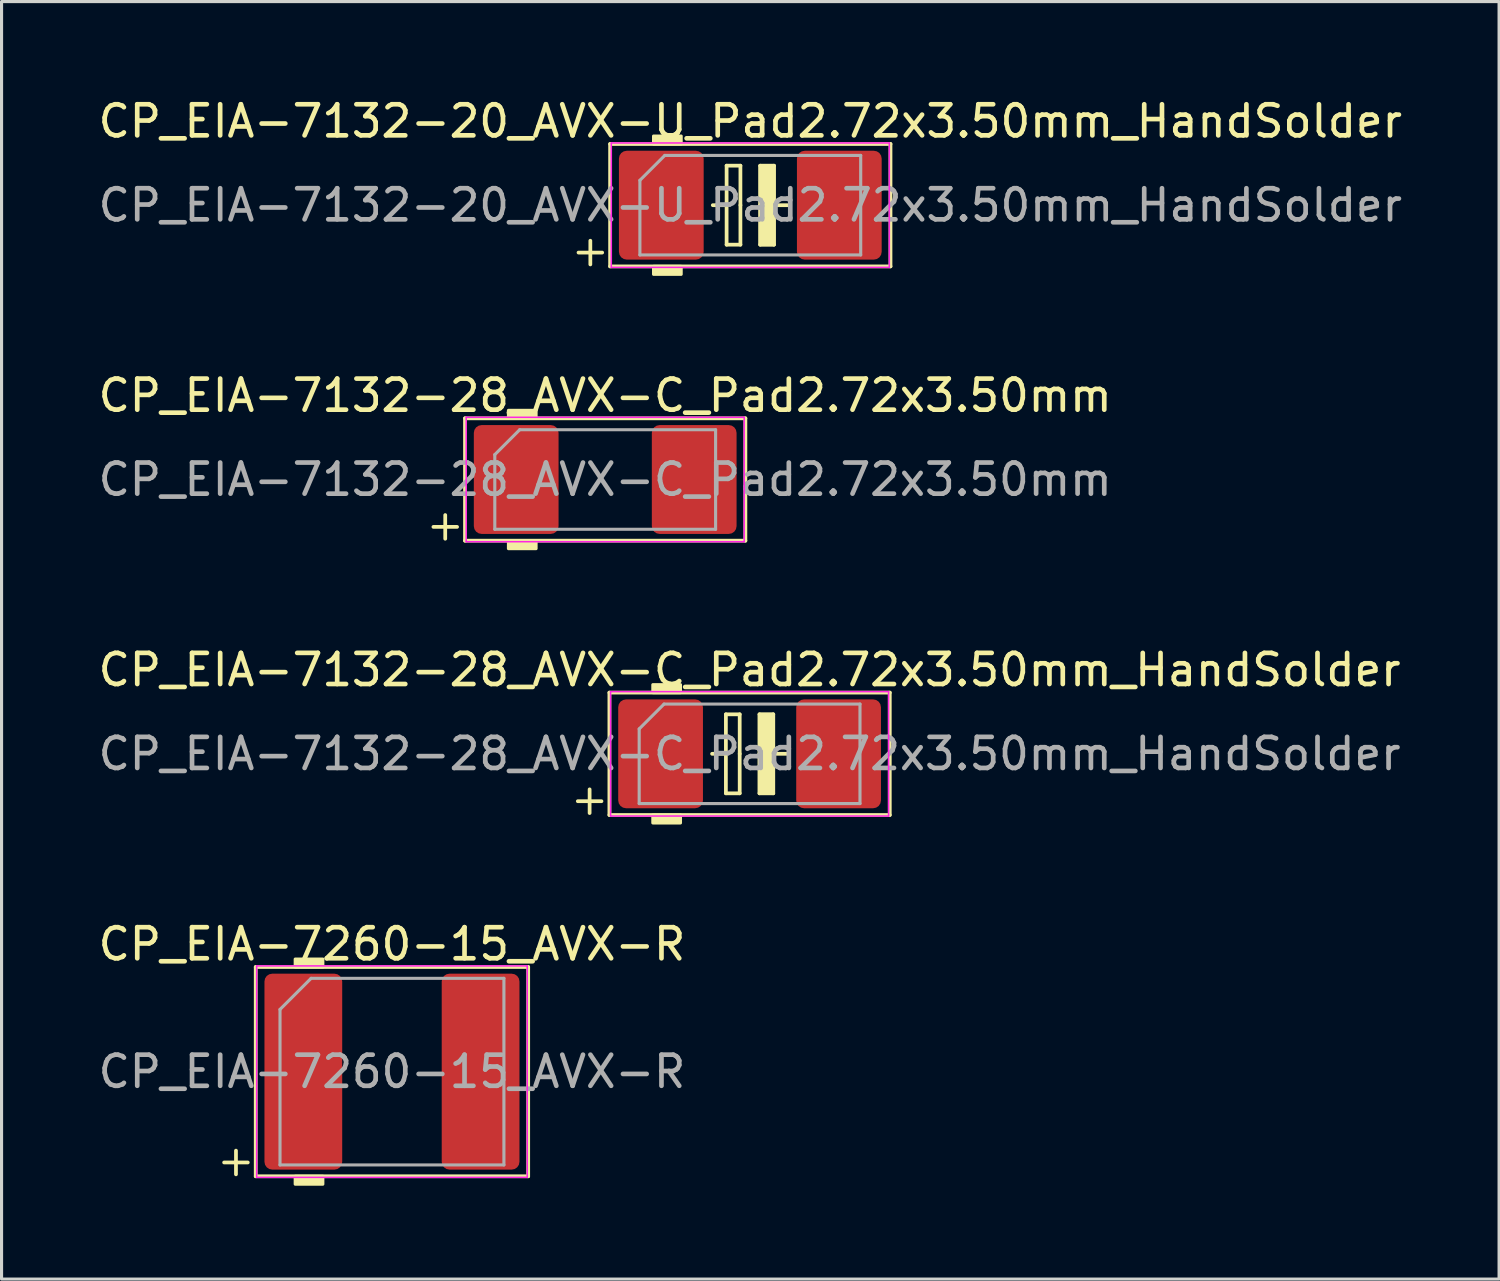
<source format=kicad_pcb>
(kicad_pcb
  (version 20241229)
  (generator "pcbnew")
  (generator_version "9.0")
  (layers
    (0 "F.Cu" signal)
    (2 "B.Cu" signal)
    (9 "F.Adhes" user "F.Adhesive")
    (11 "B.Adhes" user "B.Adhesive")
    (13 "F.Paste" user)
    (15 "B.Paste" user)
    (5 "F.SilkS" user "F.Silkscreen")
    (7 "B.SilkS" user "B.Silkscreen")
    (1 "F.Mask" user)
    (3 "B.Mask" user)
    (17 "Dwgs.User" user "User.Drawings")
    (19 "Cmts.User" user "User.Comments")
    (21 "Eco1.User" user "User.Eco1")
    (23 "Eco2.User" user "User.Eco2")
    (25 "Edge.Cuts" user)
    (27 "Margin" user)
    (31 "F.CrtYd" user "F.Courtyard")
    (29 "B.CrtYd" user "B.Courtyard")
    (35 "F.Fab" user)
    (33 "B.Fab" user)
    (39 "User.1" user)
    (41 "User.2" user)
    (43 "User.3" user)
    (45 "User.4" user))
  (footprint "CP_EIA-7132-28_AVX-C_Pad2.72x3.50mm"
    (layer "F.Cu")
    (at 16.411 12.369)
    (property "Reference" "CP_EIA-7132-28_AVX-C_Pad2.72x3.50mm" (at 0 -2.7 0) (layer "F.SilkS") (effects (font (size 1 1) (thickness 0.15))))
    (attr smd)
    (fp_line (start -5.524 1.524) (end -4.763 1.524) (stroke (width 0.12) (type solid)) (layer "F.SilkS"))
    (fp_line (start -5.144 1.143) (end -5.144 1.905) (stroke (width 0.12) (type solid)) (layer "F.SilkS"))
    (fp_line (start -4.508 -1.968) (end 4.508 -1.968) (stroke (width 0.12) (type solid)) (layer "F.SilkS"))
    (fp_line (start -4.508 1.968) (end -4.508 -1.968) (stroke (width 0.12) (type solid)) (layer "F.SilkS"))
    (fp_line (start 4.508 -1.968) (end 4.508 1.968) (stroke (width 0.12) (type solid)) (layer "F.SilkS"))
    (fp_line (start 4.508 1.968) (end -4.508 1.968) (stroke (width 0.12) (type solid)) (layer "F.SilkS"))
    (fp_poly (pts (xy -2.223 -1.968) (xy -3.111 -1.968) (xy -3.111 -2.223) (xy -2.223 -2.223)) (stroke (width 0.1) (type solid)) (fill yes) (layer "F.SilkS"))
    (fp_poly (pts (xy -2.223 2.223) (xy -3.111 2.223) (xy -3.111 1.968) (xy -2.223 1.968)) (stroke (width 0.1) (type solid)) (fill yes) (layer "F.SilkS"))
    (fp_line (start -4.47 -2) (end 4.47 -2) (stroke (width 0.05) (type solid)) (layer "F.CrtYd"))
    (fp_line (start -4.47 2) (end -4.47 -2) (stroke (width 0.05) (type solid)) (layer "F.CrtYd"))
    (fp_line (start 4.47 -2) (end 4.47 2) (stroke (width 0.05) (type solid)) (layer "F.CrtYd"))
    (fp_line (start 4.47 2) (end -4.47 2) (stroke (width 0.05) (type solid)) (layer "F.CrtYd"))
    (fp_line (start -3.55 -0.8) (end -3.55 1.6) (stroke (width 0.1) (type solid)) (layer "F.Fab"))
    (fp_line (start -3.55 1.6) (end 3.55 1.6) (stroke (width 0.1) (type solid)) (layer "F.Fab"))
    (fp_line (start -2.75 -1.6) (end -3.55 -0.8) (stroke (width 0.1) (type solid)) (layer "F.Fab"))
    (fp_line (start 3.55 -1.6) (end -2.75 -1.6) (stroke (width 0.1) (type solid)) (layer "F.Fab"))
    (fp_line (start 3.55 1.6) (end 3.55 -1.6) (stroke (width 0.1) (type solid)) (layer "F.Fab"))
    (fp_text user "${REFERENCE}" (at 0 0 0) (layer "F.Fab") (effects (font (size 1 1) (thickness 0.15))))
    (pad "1" smd roundrect (at -2.862 0) (size 2.725 3.5) (layers "F.Cu" "F.Mask" "F.Paste") (roundrect_rratio 0.092))
    (pad "2" smd roundrect (at 2.862 0) (size 2.725 3.5) (layers "F.Cu" "F.Mask" "F.Paste") (roundrect_rratio 0.092)))
  (footprint "CP_EIA-7260-15_AVX-R"
    (layer "F.Cu")
    (at 9.554 31.41)
    (property "Reference" "CP_EIA-7260-15_AVX-R" (at 0 -4.1 0) (layer "F.SilkS") (effects (font (size 1 1) (thickness 0.15))))
    (attr smd)
    (fp_line (start -5.397 2.921) (end -4.636 2.921) (stroke (width 0.12) (type solid)) (layer "F.SilkS"))
    (fp_line (start -5.016 2.54) (end -5.016 3.302) (stroke (width 0.12) (type solid)) (layer "F.SilkS"))
    (fp_line (start -4.381 -3.365) (end 4.381 -3.365) (stroke (width 0.12) (type solid)) (layer "F.SilkS"))
    (fp_line (start -4.381 3.365) (end -4.381 -3.365) (stroke (width 0.12) (type solid)) (layer "F.SilkS"))
    (fp_line (start 4.381 -3.365) (end 4.381 3.365) (stroke (width 0.12) (type solid)) (layer "F.SilkS"))
    (fp_line (start 4.381 3.365) (end -4.381 3.365) (stroke (width 0.12) (type solid)) (layer "F.SilkS"))
    (fp_poly (pts (xy -2.223 -3.365) (xy -3.111 -3.365) (xy -3.111 -3.619) (xy -2.223 -3.619)) (stroke (width 0.1) (type solid)) (fill yes) (layer "F.SilkS"))
    (fp_poly (pts (xy -2.223 3.619) (xy -3.111 3.619) (xy -3.111 3.365) (xy -2.223 3.365)) (stroke (width 0.1) (type solid)) (fill yes) (layer "F.SilkS"))
    (fp_line (start -4.35 -3.4) (end 4.35 -3.4) (stroke (width 0.05) (type solid)) (layer "F.CrtYd"))
    (fp_line (start -4.35 3.4) (end -4.35 -3.4) (stroke (width 0.05) (type solid)) (layer "F.CrtYd"))
    (fp_line (start 4.35 -3.4) (end 4.35 3.4) (stroke (width 0.05) (type solid)) (layer "F.CrtYd"))
    (fp_line (start 4.35 3.4) (end -4.35 3.4) (stroke (width 0.05) (type solid)) (layer "F.CrtYd"))
    (fp_line (start -3.6 -2) (end -3.6 3) (stroke (width 0.1) (type solid)) (layer "F.Fab"))
    (fp_line (start -3.6 3) (end 3.6 3) (stroke (width 0.1) (type solid)) (layer "F.Fab"))
    (fp_line (start -2.6 -3) (end -3.6 -2) (stroke (width 0.1) (type solid)) (layer "F.Fab"))
    (fp_line (start 3.6 -3) (end -2.6 -3) (stroke (width 0.1) (type solid)) (layer "F.Fab"))
    (fp_line (start 3.6 3) (end 3.6 -3) (stroke (width 0.1) (type solid)) (layer "F.Fab"))
    (fp_text user "${REFERENCE}" (at 0 0 0) (layer "F.Fab") (effects (font (size 1 1) (thickness 0.15))))
    (pad "1" smd roundrect (at -2.85 0) (size 2.5 6.3) (layers "F.Cu" "F.Mask" "F.Paste") (roundrect_rratio 0.1))
    (pad "2" smd roundrect (at 2.85 0) (size 2.5 6.3) (layers "F.Cu" "F.Mask" "F.Paste") (roundrect_rratio 0.1)))
  (footprint "CP_EIA-7132-28_AVX-C_Pad2.72x3.50mm_HandSolder"
    (layer "F.Cu")
    (at 21.054 21.19)
    (property "Reference" "CP_EIA-7132-28_AVX-C_Pad2.72x3.50mm_HandSolder" (at 0 -2.7 0) (layer "F.SilkS") (effects (font (size 1 1) (thickness 0.15))))
    (attr smd)
    (fp_line (start -5.524 1.524) (end -4.763 1.524) (stroke (width 0.12) (type solid)) (layer "F.SilkS"))
    (fp_line (start -5.144 1.143) (end -5.144 1.905) (stroke (width 0.12) (type solid)) (layer "F.SilkS"))
    (fp_line (start -4.508 -1.968) (end 4.508 -1.968) (stroke (width 0.12) (type solid)) (layer "F.SilkS"))
    (fp_line (start -4.508 1.968) (end -4.508 -1.968) (stroke (width 0.12) (type solid)) (layer "F.SilkS"))
    (fp_line (start -0.762 -1.27) (end -0.762 0) (stroke (width 0.12) (type solid)) (layer "F.SilkS"))
    (fp_line (start -0.762 0) (end -1.206 0) (stroke (width 0.12) (type solid)) (layer "F.SilkS"))
    (fp_line (start -0.762 1.27) (end -0.762 0) (stroke (width 0.12) (type solid)) (layer "F.SilkS"))
    (fp_line (start -0.318 -1.27) (end -0.762 -1.27) (stroke (width 0.12) (type solid)) (layer "F.SilkS"))
    (fp_line (start -0.318 -1.27) (end -0.318 0) (stroke (width 0.12) (type solid)) (layer "F.SilkS"))
    (fp_line (start -0.318 1.27) (end -0.762 1.27) (stroke (width 0.12) (type solid)) (layer "F.SilkS"))
    (fp_line (start -0.318 1.27) (end -0.318 0) (stroke (width 0.12) (type solid)) (layer "F.SilkS"))
    (fp_line (start 0.318 -1.27) (end 0.318 0) (stroke (width 0.12) (type solid)) (layer "F.SilkS"))
    (fp_line (start 0.318 1.27) (end 0.318 0) (stroke (width 0.12) (type solid)) (layer "F.SilkS"))
    (fp_line (start 0.762 -1.27) (end 0.318 -1.27) (stroke (width 0.12) (type solid)) (layer "F.SilkS"))
    (fp_line (start 0.762 -1.27) (end 0.762 0) (stroke (width 0.12) (type solid)) (layer "F.SilkS"))
    (fp_line (start 0.762 0) (end 1.206 0) (stroke (width 0.12) (type solid)) (layer "F.SilkS"))
    (fp_line (start 0.762 1.27) (end 0.318 1.27) (stroke (width 0.12) (type solid)) (layer "F.SilkS"))
    (fp_line (start 0.762 1.27) (end 0.762 0) (stroke (width 0.12) (type solid)) (layer "F.SilkS"))
    (fp_line (start 4.508 -1.968) (end 4.508 1.968) (stroke (width 0.12) (type solid)) (layer "F.SilkS"))
    (fp_line (start 4.508 1.968) (end -4.508 1.968) (stroke (width 0.12) (type solid)) (layer "F.SilkS"))
    (fp_poly (pts (xy -2.223 -1.968) (xy -3.111 -1.968) (xy -3.111 -2.223) (xy -2.223 -2.223)) (stroke (width 0.1) (type solid)) (fill yes) (layer "F.SilkS"))
    (fp_poly (pts (xy -2.223 2.223) (xy -3.111 2.223) (xy -3.111 1.968) (xy -2.223 1.968)) (stroke (width 0.1) (type solid)) (fill yes) (layer "F.SilkS"))
    (fp_poly (pts (xy 0.762 1.27) (xy 0.318 1.27) (xy 0.318 -1.27) (xy 0.762 -1.27)) (stroke (width 0.1) (type solid)) (fill yes) (layer "F.SilkS"))
    (fp_line (start -4.47 -2) (end 4.47 -2) (stroke (width 0.05) (type solid)) (layer "F.CrtYd"))
    (fp_line (start -4.47 2) (end -4.47 -2) (stroke (width 0.05) (type solid)) (layer "F.CrtYd"))
    (fp_line (start 4.47 -2) (end 4.47 2) (stroke (width 0.05) (type solid)) (layer "F.CrtYd"))
    (fp_line (start 4.47 2) (end -4.47 2) (stroke (width 0.05) (type solid)) (layer "F.CrtYd"))
    (fp_line (start -3.55 -0.8) (end -3.55 1.6) (stroke (width 0.1) (type solid)) (layer "F.Fab"))
    (fp_line (start -3.55 1.6) (end 3.55 1.6) (stroke (width 0.1) (type solid)) (layer "F.Fab"))
    (fp_line (start -2.75 -1.6) (end -3.55 -0.8) (stroke (width 0.1) (type solid)) (layer "F.Fab"))
    (fp_line (start 3.55 -1.6) (end -2.75 -1.6) (stroke (width 0.1) (type solid)) (layer "F.Fab"))
    (fp_line (start 3.55 1.6) (end 3.55 -1.6) (stroke (width 0.1) (type solid)) (layer "F.Fab"))
    (fp_text user "${REFERENCE}" (at 0 0 0) (layer "F.Fab") (effects (font (size 1 1) (thickness 0.15))))
    (pad "1" smd roundrect (at -2.862 0) (size 2.725 3.5) (layers "F.Cu" "F.Mask" "F.Paste") (roundrect_rratio 0.092))
    (pad "2" smd roundrect (at 2.862 0) (size 2.725 3.5) (layers "F.Cu" "F.Mask" "F.Paste") (roundrect_rratio 0.092)))
  (footprint "CP_EIA-7132-20_AVX-U_Pad2.72x3.50mm_HandSolder"
    (layer "F.Cu")
    (at 21.077 3.548)
    (property "Reference" "CP_EIA-7132-20_AVX-U_Pad2.72x3.50mm_HandSolder" (at 0 -2.7 0) (layer "F.SilkS") (effects (font (size 1 1) (thickness 0.15))))
    (attr smd)
    (fp_line (start -5.524 1.524) (end -4.763 1.524) (stroke (width 0.12) (type solid)) (layer "F.SilkS"))
    (fp_line (start -5.144 1.143) (end -5.144 1.905) (stroke (width 0.12) (type solid)) (layer "F.SilkS"))
    (fp_line (start -4.508 -1.968) (end 4.508 -1.968) (stroke (width 0.12) (type solid)) (layer "F.SilkS"))
    (fp_line (start -4.508 1.968) (end -4.508 -1.968) (stroke (width 0.12) (type solid)) (layer "F.SilkS"))
    (fp_line (start -0.762 -1.27) (end -0.762 0) (stroke (width 0.12) (type solid)) (layer "F.SilkS"))
    (fp_line (start -0.762 0) (end -1.206 0) (stroke (width 0.12) (type solid)) (layer "F.SilkS"))
    (fp_line (start -0.762 1.27) (end -0.762 0) (stroke (width 0.12) (type solid)) (layer "F.SilkS"))
    (fp_line (start -0.318 -1.27) (end -0.762 -1.27) (stroke (width 0.12) (type solid)) (layer "F.SilkS"))
    (fp_line (start -0.318 -1.27) (end -0.318 0) (stroke (width 0.12) (type solid)) (layer "F.SilkS"))
    (fp_line (start -0.318 1.27) (end -0.762 1.27) (stroke (width 0.12) (type solid)) (layer "F.SilkS"))
    (fp_line (start -0.318 1.27) (end -0.318 0) (stroke (width 0.12) (type solid)) (layer "F.SilkS"))
    (fp_line (start 0.318 -1.27) (end 0.318 0) (stroke (width 0.12) (type solid)) (layer "F.SilkS"))
    (fp_line (start 0.318 1.27) (end 0.318 0) (stroke (width 0.12) (type solid)) (layer "F.SilkS"))
    (fp_line (start 0.762 -1.27) (end 0.318 -1.27) (stroke (width 0.12) (type solid)) (layer "F.SilkS"))
    (fp_line (start 0.762 -1.27) (end 0.762 0) (stroke (width 0.12) (type solid)) (layer "F.SilkS"))
    (fp_line (start 0.762 0) (end 1.206 0) (stroke (width 0.12) (type solid)) (layer "F.SilkS"))
    (fp_line (start 0.762 1.27) (end 0.318 1.27) (stroke (width 0.12) (type solid)) (layer "F.SilkS"))
    (fp_line (start 0.762 1.27) (end 0.762 0) (stroke (width 0.12) (type solid)) (layer "F.SilkS"))
    (fp_line (start 4.508 -1.968) (end 4.508 1.968) (stroke (width 0.12) (type solid)) (layer "F.SilkS"))
    (fp_line (start 4.508 1.968) (end -4.508 1.968) (stroke (width 0.12) (type solid)) (layer "F.SilkS"))
    (fp_poly (pts (xy -2.223 -1.968) (xy -3.111 -1.968) (xy -3.111 -2.223) (xy -2.223 -2.223)) (stroke (width 0.1) (type solid)) (fill yes) (layer "F.SilkS"))
    (fp_poly (pts (xy -2.223 2.223) (xy -3.111 2.223) (xy -3.111 1.968) (xy -2.223 1.968)) (stroke (width 0.1) (type solid)) (fill yes) (layer "F.SilkS"))
    (fp_poly (pts (xy 0.762 1.27) (xy 0.318 1.27) (xy 0.318 -1.27) (xy 0.762 -1.27)) (stroke (width 0.1) (type solid)) (fill yes) (layer "F.SilkS"))
    (fp_line (start -4.47 -2) (end 4.47 -2) (stroke (width 0.05) (type solid)) (layer "F.CrtYd"))
    (fp_line (start -4.47 2) (end -4.47 -2) (stroke (width 0.05) (type solid)) (layer "F.CrtYd"))
    (fp_line (start 4.47 -2) (end 4.47 2) (stroke (width 0.05) (type solid)) (layer "F.CrtYd"))
    (fp_line (start 4.47 2) (end -4.47 2) (stroke (width 0.05) (type solid)) (layer "F.CrtYd"))
    (fp_line (start -3.55 -0.8) (end -3.55 1.6) (stroke (width 0.1) (type solid)) (layer "F.Fab"))
    (fp_line (start -3.55 1.6) (end 3.55 1.6) (stroke (width 0.1) (type solid)) (layer "F.Fab"))
    (fp_line (start -2.75 -1.6) (end -3.55 -0.8) (stroke (width 0.1) (type solid)) (layer "F.Fab"))
    (fp_line (start 3.55 -1.6) (end -2.75 -1.6) (stroke (width 0.1) (type solid)) (layer "F.Fab"))
    (fp_line (start 3.55 1.6) (end 3.55 -1.6) (stroke (width 0.1) (type solid)) (layer "F.Fab"))
    (fp_text user "${REFERENCE}" (at 0 0 0) (layer "F.Fab") (effects (font (size 1 1) (thickness 0.15))))
    (pad "1" smd roundrect (at -2.862 0) (size 2.725 3.5) (layers "F.Cu" "F.Mask" "F.Paste") (roundrect_rratio 0.092))
    (pad "2" smd roundrect (at 2.862 0) (size 2.725 3.5) (layers "F.Cu" "F.Mask" "F.Paste") (roundrect_rratio 0.092)))
  (gr_rect
    (start -3 -3)
    (end 45.155 38.08)
    (stroke (width 0.1) (type default))
    (fill no)
    (layer "Edge.Cuts")))
</source>
